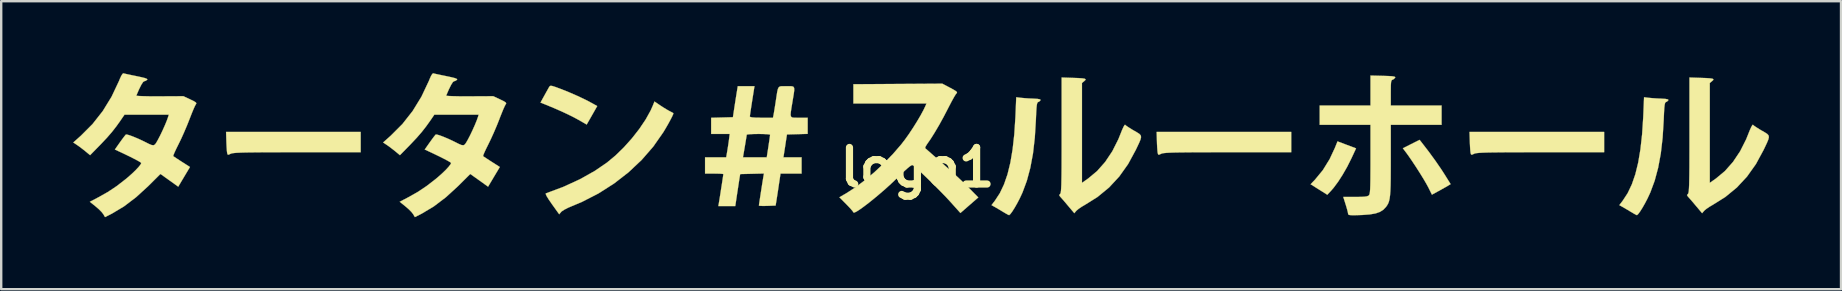
<source format=kicad_pcb>
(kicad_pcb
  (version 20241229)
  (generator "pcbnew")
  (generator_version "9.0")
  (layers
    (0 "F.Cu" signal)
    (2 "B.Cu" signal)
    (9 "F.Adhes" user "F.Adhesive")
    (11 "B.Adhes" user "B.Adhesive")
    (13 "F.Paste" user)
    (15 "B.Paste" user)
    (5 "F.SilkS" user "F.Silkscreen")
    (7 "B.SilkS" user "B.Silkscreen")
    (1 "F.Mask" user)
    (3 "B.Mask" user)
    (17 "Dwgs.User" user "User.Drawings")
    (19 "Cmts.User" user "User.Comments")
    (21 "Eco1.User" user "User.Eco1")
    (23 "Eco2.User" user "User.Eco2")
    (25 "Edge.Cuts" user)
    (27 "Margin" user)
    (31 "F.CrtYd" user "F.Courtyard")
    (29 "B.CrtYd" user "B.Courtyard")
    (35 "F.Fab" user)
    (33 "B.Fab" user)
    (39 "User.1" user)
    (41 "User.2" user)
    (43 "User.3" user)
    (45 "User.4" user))
  (footprint "logo1"
    (layer "F.Cu")
    (at 35.179 3.929)
    (property "Reference" "logo1" (at 0 0 0) (layer "F.SilkS") (effects (font (size 1.524 1.524) (thickness 0.3))))
    (attr through_hole)
    (fp_poly (pts (xy 17.894 -0.942) (xy 18.28 -0.796) (xy 18.073 -0.352) (xy 17.908 -0.025) (xy 17.723 0.297) (xy 17.533 0.593) (xy 17.349 0.841) (xy 17.247 0.96) (xy 17.081 1.137) (xy 16.734 0.918) (xy 16.386 0.699) (xy 16.569 0.508) (xy 16.894 0.113) (xy 17.179 -0.348) (xy 17.394 -0.808) (xy 17.507 -1.088) (xy 17.894 -0.942)) (stroke (width 0.01) (type solid)) (fill yes) (layer "F.SilkS"))
    (fp_poly (pts (xy 21.006 -1.052) (xy 21.309 -0.659) (xy 21.589 -0.275) (xy 21.833 0.08) (xy 21.952 0.264) (xy 22.221 0.694) (xy 22.106 0.763) (xy 22.012 0.818) (xy 21.872 0.896) (xy 21.719 0.982) (xy 21.717 0.982) (xy 21.442 1.133) (xy 21.294 0.835) (xy 21.206 0.673) (xy 21.082 0.462) (xy 20.933 0.221) (xy 20.771 -0.032) (xy 20.61 -0.275) (xy 20.461 -0.491) (xy 20.365 -0.623) (xy 20.23 -0.801) (xy 20.579 -0.976) (xy 20.927 -1.151) (xy 21.006 -1.052)) (stroke (width 0.01) (type solid)) (fill yes) (layer "F.SilkS"))
    (fp_poly (pts (xy -26.003 -1.482) (xy -23.199 -1.482) (xy -23.199 -0.635) (xy -25.847 -0.635) (xy -26.395 -0.635) (xy -26.866 -0.634) (xy -27.264 -0.633) (xy -27.596 -0.63) (xy -27.869 -0.627) (xy -28.088 -0.623) (xy -28.26 -0.617) (xy -28.391 -0.61) (xy -28.487 -0.601) (xy -28.554 -0.591) (xy -28.599 -0.579) (xy -28.618 -0.571) (xy -28.704 -0.532) (xy -28.743 -0.54) (xy -28.763 -0.601) (xy -28.763 -0.603) (xy -28.774 -0.687) (xy -28.784 -0.83) (xy -28.793 -1.008) (xy -28.796 -1.09) (xy -28.808 -1.482) (xy -26.003 -1.482)) (stroke (width 0.01) (type solid)) (fill yes) (layer "F.SilkS"))
    (fp_poly (pts (xy -15.215 -3.396) (xy -15.107 -3.363) (xy -14.94 -3.302) (xy -14.889 -3.283) (xy -14.529 -3.14) (xy -14.162 -2.98) (xy -13.819 -2.817) (xy -13.561 -2.681) (xy -13.342 -2.559) (xy -13.561 -2.174) (xy -13.781 -1.789) (xy -14.138 -1.994) (xy -14.405 -2.136) (xy -14.737 -2.295) (xy -15.118 -2.464) (xy -15.532 -2.636) (xy -15.547 -2.641) (xy -15.705 -2.705) (xy -15.547 -2.993) (xy -15.464 -3.142) (xy -15.393 -3.27) (xy -15.346 -3.352) (xy -15.342 -3.358) (xy -15.317 -3.391) (xy -15.28 -3.405) (xy -15.215 -3.396)) (stroke (width 0.01) (type solid)) (fill yes) (layer "F.SilkS"))
    (fp_poly (pts (xy 12.774 -1.482) (xy 15.579 -1.482) (xy 15.579 -0.635) (xy 12.931 -0.635) (xy 12.382 -0.635) (xy 11.911 -0.634) (xy 11.513 -0.633) (xy 11.181 -0.63) (xy 10.908 -0.627) (xy 10.689 -0.623) (xy 10.517 -0.617) (xy 10.387 -0.61) (xy 10.291 -0.601) (xy 10.223 -0.591) (xy 10.178 -0.579) (xy 10.159 -0.571) (xy 10.073 -0.532) (xy 10.034 -0.54) (xy 10.015 -0.601) (xy 10.014 -0.603) (xy 10.004 -0.687) (xy 9.993 -0.83) (xy 9.984 -1.008) (xy 9.982 -1.09) (xy 9.97 -1.482) (xy 12.774 -1.482)) (stroke (width 0.01) (type solid)) (fill yes) (layer "F.SilkS"))
    (fp_poly (pts (xy 25.813 -1.482) (xy 28.617 -1.482) (xy 28.617 -0.635) (xy 25.969 -0.635) (xy 25.421 -0.635) (xy 24.95 -0.634) (xy 24.552 -0.633) (xy 24.22 -0.63) (xy 23.947 -0.627) (xy 23.728 -0.623) (xy 23.556 -0.617) (xy 23.425 -0.61) (xy 23.329 -0.601) (xy 23.262 -0.591) (xy 23.217 -0.579) (xy 23.198 -0.571) (xy 23.112 -0.532) (xy 23.073 -0.54) (xy 23.053 -0.601) (xy 23.053 -0.603) (xy 23.042 -0.687) (xy 23.032 -0.83) (xy 23.023 -1.008) (xy 23.02 -1.09) (xy 23.008 -1.482) (xy 25.813 -1.482)) (stroke (width 0.01) (type solid)) (fill yes) (layer "F.SilkS"))
    (fp_poly (pts (xy -10.717 -2.587) (xy -10.568 -2.49) (xy -10.422 -2.402) (xy -10.329 -2.35) (xy -10.232 -2.3) (xy -10.173 -2.267) (xy -10.168 -2.264) (xy -10.177 -2.22) (xy -10.223 -2.118) (xy -10.298 -1.973) (xy -10.393 -1.799) (xy -10.503 -1.61) (xy -10.593 -1.461) (xy -11.006 -0.871) (xy -11.49 -0.315) (xy -12.037 0.2) (xy -12.639 0.667) (xy -13.287 1.08) (xy -13.971 1.431) (xy -14.393 1.609) (xy -14.565 1.682) (xy -14.715 1.76) (xy -14.818 1.827) (xy -14.84 1.848) (xy -14.927 1.949) (xy -15.232 1.524) (xy -15.365 1.331) (xy -15.452 1.189) (xy -15.489 1.104) (xy -15.484 1.08) (xy -14.745 0.804) (xy -14.062 0.49) (xy -13.442 0.142) (xy -12.933 -0.206) (xy -12.578 -0.501) (xy -12.228 -0.843) (xy -11.893 -1.217) (xy -11.588 -1.607) (xy -11.325 -1.997) (xy -11.117 -2.371) (xy -11.027 -2.573) (xy -10.956 -2.749) (xy -10.717 -2.587)) (stroke (width 0.01) (type solid)) (fill yes) (layer "F.SilkS"))
    (fp_poly (pts (xy 4.314 -2.903) (xy 4.457 -2.89) (xy 4.644 -2.877) (xy 4.831 -2.869) (xy 5.006 -2.858) (xy 5.105 -2.84) (xy 5.136 -2.814) (xy 5.134 -2.806) (xy 5.081 -2.75) (xy 5.04 -2.731) (xy 5.013 -2.714) (xy 4.992 -2.675) (xy 4.976 -2.601) (xy 4.963 -2.482) (xy 4.952 -2.304) (xy 4.941 -2.057) (xy 4.938 -1.978) (xy 4.893 -1.245) (xy 4.817 -0.583) (xy 4.706 0.013) (xy 4.561 0.553) (xy 4.38 1.041) (xy 4.264 1.291) (xy 4.157 1.496) (xy 4.051 1.681) (xy 3.954 1.834) (xy 3.876 1.939) (xy 3.825 1.985) (xy 3.819 1.986) (xy 3.769 1.964) (xy 3.671 1.909) (xy 3.569 1.849) (xy 3.425 1.762) (xy 3.288 1.681) (xy 3.219 1.642) (xy 3.089 1.569) (xy 3.236 1.376) (xy 3.437 1.068) (xy 3.61 0.704) (xy 3.756 0.282) (xy 3.875 -0.204) (xy 3.968 -0.757) (xy 4.038 -1.383) (xy 4.084 -2.085) (xy 4.09 -2.215) (xy 4.119 -2.927) (xy 4.314 -2.903)) (stroke (width 0.01) (type solid)) (fill yes) (layer "F.SilkS"))
    (fp_poly (pts (xy 30.476 -2.903) (xy 30.619 -2.89) (xy 30.806 -2.877) (xy 30.993 -2.869) (xy 31.168 -2.858) (xy 31.267 -2.84) (xy 31.298 -2.814) (xy 31.296 -2.806) (xy 31.243 -2.75) (xy 31.202 -2.731) (xy 31.175 -2.714) (xy 31.154 -2.675) (xy 31.138 -2.601) (xy 31.125 -2.482) (xy 31.114 -2.304) (xy 31.103 -2.057) (xy 31.1 -1.978) (xy 31.055 -1.245) (xy 30.979 -0.583) (xy 30.868 0.013) (xy 30.723 0.553) (xy 30.542 1.041) (xy 30.426 1.291) (xy 30.319 1.496) (xy 30.213 1.681) (xy 30.116 1.834) (xy 30.038 1.939) (xy 29.987 1.985) (xy 29.981 1.986) (xy 29.931 1.964) (xy 29.833 1.909) (xy 29.731 1.849) (xy 29.587 1.762) (xy 29.45 1.681) (xy 29.381 1.642) (xy 29.251 1.569) (xy 29.398 1.376) (xy 29.599 1.068) (xy 29.772 0.704) (xy 29.918 0.282) (xy 30.037 -0.204) (xy 30.13 -0.757) (xy 30.2 -1.383) (xy 30.246 -2.085) (xy 30.252 -2.215) (xy 30.281 -2.927) (xy 30.476 -2.903)) (stroke (width 0.01) (type solid)) (fill yes) (layer "F.SilkS"))
    (fp_poly (pts (xy 6.466 -3.734) (xy 6.706 -3.726) (xy 6.87 -3.715) (xy 6.968 -3.7) (xy 7.009 -3.677) (xy 7.002 -3.646) (xy 6.956 -3.602) (xy 6.953 -3.599) (xy 6.858 -3.521) (xy 6.858 0.64) (xy 7.117 0.459) (xy 7.488 0.15) (xy 7.825 -0.231) (xy 8.122 -0.675) (xy 8.373 -1.173) (xy 8.461 -1.391) (xy 8.529 -1.561) (xy 8.589 -1.692) (xy 8.634 -1.769) (xy 8.655 -1.781) (xy 8.703 -1.739) (xy 8.807 -1.669) (xy 8.947 -1.581) (xy 9.021 -1.538) (xy 9.158 -1.459) (xy 9.252 -1.398) (xy 9.306 -1.339) (xy 9.321 -1.267) (xy 9.299 -1.168) (xy 9.24 -1.026) (xy 9.146 -0.827) (xy 9.098 -0.727) (xy 8.78 -0.141) (xy 8.41 0.379) (xy 7.986 0.835) (xy 7.505 1.23) (xy 6.992 1.551) (xy 6.841 1.64) (xy 6.71 1.73) (xy 6.627 1.801) (xy 6.624 1.805) (xy 6.538 1.905) (xy 6.267 1.583) (xy 6.146 1.439) (xy 6.04 1.317) (xy 5.965 1.232) (xy 5.942 1.206) (xy 5.909 1.151) (xy 5.949 1.1) (xy 5.963 1.079) (xy 5.974 1.037) (xy 5.984 0.968) (xy 5.991 0.865) (xy 5.998 0.721) (xy 6.002 0.531) (xy 6.006 0.289) (xy 6.009 -0.013) (xy 6.01 -0.381) (xy 6.011 -0.82) (xy 6.011 -1.338) (xy 6.011 -1.35) (xy 6.011 -3.749) (xy 6.466 -3.734)) (stroke (width 0.01) (type solid)) (fill yes) (layer "F.SilkS"))
    (fp_poly (pts (xy 32.628 -3.734) (xy 32.868 -3.726) (xy 33.032 -3.715) (xy 33.13 -3.7) (xy 33.171 -3.677) (xy 33.164 -3.646) (xy 33.118 -3.602) (xy 33.115 -3.599) (xy 33.02 -3.521) (xy 33.02 0.64) (xy 33.279 0.459) (xy 33.65 0.15) (xy 33.987 -0.231) (xy 34.284 -0.675) (xy 34.535 -1.173) (xy 34.623 -1.391) (xy 34.691 -1.561) (xy 34.751 -1.692) (xy 34.796 -1.769) (xy 34.817 -1.781) (xy 34.865 -1.739) (xy 34.969 -1.669) (xy 35.109 -1.581) (xy 35.183 -1.538) (xy 35.32 -1.459) (xy 35.414 -1.398) (xy 35.468 -1.339) (xy 35.483 -1.267) (xy 35.461 -1.168) (xy 35.402 -1.026) (xy 35.308 -0.827) (xy 35.26 -0.727) (xy 34.942 -0.141) (xy 34.572 0.379) (xy 34.148 0.835) (xy 33.667 1.23) (xy 33.154 1.551) (xy 33.003 1.64) (xy 32.872 1.73) (xy 32.789 1.801) (xy 32.786 1.805) (xy 32.7 1.905) (xy 32.429 1.583) (xy 32.308 1.439) (xy 32.202 1.317) (xy 32.127 1.232) (xy 32.104 1.206) (xy 32.071 1.151) (xy 32.111 1.1) (xy 32.125 1.079) (xy 32.136 1.037) (xy 32.146 0.968) (xy 32.153 0.865) (xy 32.16 0.721) (xy 32.164 0.531) (xy 32.168 0.289) (xy 32.171 -0.013) (xy 32.172 -0.381) (xy 32.173 -0.82) (xy 32.173 -1.338) (xy 32.173 -1.35) (xy 32.173 -3.749) (xy 32.628 -3.734)) (stroke (width 0.01) (type solid)) (fill yes) (layer "F.SilkS"))
    (fp_poly (pts (xy 19.408 -3.818) (xy 19.631 -3.811) (xy 19.781 -3.802) (xy 19.87 -3.788) (xy 19.909 -3.769) (xy 19.912 -3.746) (xy 19.855 -3.684) (xy 19.808 -3.661) (xy 19.774 -3.643) (xy 19.751 -3.606) (xy 19.737 -3.536) (xy 19.73 -3.418) (xy 19.728 -3.237) (xy 19.727 -3.109) (xy 19.727 -2.582) (xy 21.844 -2.582) (xy 21.844 -1.778) (xy 19.727 -1.778) (xy 19.727 -0.307) (xy 19.726 0.12) (xy 19.724 0.472) (xy 19.719 0.757) (xy 19.71 0.985) (xy 19.696 1.163) (xy 19.677 1.302) (xy 19.652 1.411) (xy 19.62 1.497) (xy 19.579 1.571) (xy 19.534 1.636) (xy 19.418 1.76) (xy 19.275 1.851) (xy 19.092 1.915) (xy 18.853 1.956) (xy 18.547 1.979) (xy 18.493 1.981) (xy 18.268 1.988) (xy 18.114 1.989) (xy 18.019 1.983) (xy 17.969 1.969) (xy 17.951 1.946) (xy 17.949 1.933) (xy 17.937 1.863) (xy 17.904 1.736) (xy 17.858 1.579) (xy 17.848 1.547) (xy 17.747 1.228) (xy 18.247 1.228) (xy 18.474 1.225) (xy 18.631 1.217) (xy 18.733 1.202) (xy 18.795 1.177) (xy 18.814 1.161) (xy 18.832 1.134) (xy 18.847 1.087) (xy 18.858 1.013) (xy 18.867 0.901) (xy 18.873 0.745) (xy 18.877 0.535) (xy 18.879 0.262) (xy 18.881 -0.081) (xy 18.881 -0.342) (xy 18.881 -1.778) (xy 16.764 -1.778) (xy 16.764 -2.582) (xy 18.881 -2.582) (xy 18.881 -3.207) (xy 18.881 -3.831) (xy 19.408 -3.818)) (stroke (width 0.01) (type solid)) (fill yes) (layer "F.SilkS"))
    (fp_poly (pts (xy 1.367 -3.319) (xy 1.523 -3.234) (xy 1.614 -3.176) (xy 1.651 -3.136) (xy 1.644 -3.104) (xy 1.63 -3.09) (xy 1.588 -3.034) (xy 1.518 -2.917) (xy 1.427 -2.753) (xy 1.325 -2.557) (xy 1.274 -2.458) (xy 1.097 -2.117) (xy 0.911 -1.779) (xy 0.725 -1.463) (xy 0.552 -1.188) (xy 0.405 -0.976) (xy 0.345 -0.881) (xy 0.323 -0.815) (xy 0.328 -0.802) (xy 0.693 -0.481) (xy 1.001 -0.209) (xy 1.26 0.021) (xy 1.477 0.217) (xy 1.661 0.384) (xy 1.817 0.53) (xy 1.955 0.662) (xy 2.081 0.787) (xy 2.126 0.832) (xy 2.538 1.249) (xy 2.165 1.573) (xy 1.793 1.897) (xy 1.373 1.429) (xy 1.228 1.272) (xy 1.052 1.089) (xy 0.856 0.89) (xy 0.65 0.684) (xy 0.445 0.483) (xy 0.25 0.296) (xy 0.077 0.134) (xy -0.064 0.007) (xy -0.163 -0.076) (xy -0.196 -0.099) (xy -0.234 -0.096) (xy -0.302 -0.056) (xy -0.405 0.026) (xy -0.551 0.157) (xy -0.744 0.34) (xy -0.881 0.474) (xy -1.1 0.682) (xy -1.331 0.892) (xy -1.568 1.097) (xy -1.801 1.292) (xy -2.022 1.47) (xy -2.224 1.624) (xy -2.397 1.748) (xy -2.534 1.836) (xy -2.627 1.88) (xy -2.666 1.875) (xy -2.667 1.869) (xy -2.695 1.824) (xy -2.771 1.734) (xy -2.881 1.615) (xy -2.959 1.535) (xy -3.25 1.24) (xy -2.981 1.086) (xy -2.606 0.845) (xy -2.206 0.546) (xy -1.797 0.202) (xy -1.396 -0.173) (xy -1.019 -0.562) (xy -0.681 -0.952) (xy -0.525 -1.153) (xy -0.359 -1.385) (xy -0.185 -1.647) (xy -0.016 -1.917) (xy 0.136 -2.175) (xy 0.259 -2.403) (xy 0.329 -2.551) (xy 0.379 -2.667) (xy -2.667 -2.667) (xy -2.667 -3.469) (xy -0.815 -3.481) (xy 1.037 -3.493) (xy 1.367 -3.319)) (stroke (width 0.01) (type solid)) (fill yes) (layer "F.SilkS"))
    (fp_poly (pts (xy -33.03 -3.909) (xy -32.907 -3.882) (xy -32.738 -3.846) (xy -32.546 -3.807) (xy -32.332 -3.761) (xy -32.191 -3.726) (xy -32.114 -3.696) (xy -32.089 -3.669) (xy -32.096 -3.653) (xy -32.176 -3.604) (xy -32.211 -3.598) (xy -32.266 -3.561) (xy -32.341 -3.446) (xy -32.437 -3.253) (xy -32.548 -2.995) (xy -32.512 -2.985) (xy -32.403 -2.977) (xy -32.232 -2.971) (xy -32.011 -2.966) (xy -31.751 -2.965) (xy -31.574 -2.965) (xy -30.586 -2.97) (xy -30.298 -2.835) (xy -30.153 -2.764) (xy -30.073 -2.715) (xy -30.046 -2.677) (xy -30.061 -2.64) (xy -30.068 -2.63) (xy -30.104 -2.567) (xy -30.161 -2.44) (xy -30.233 -2.267) (xy -30.312 -2.066) (xy -30.333 -2.011) (xy -30.437 -1.75) (xy -30.56 -1.461) (xy -30.686 -1.182) (xy -30.786 -0.978) (xy -30.877 -0.795) (xy -30.949 -0.641) (xy -30.996 -0.529) (xy -31.011 -0.476) (xy -31.01 -0.474) (xy -30.967 -0.443) (xy -30.87 -0.378) (xy -30.735 -0.29) (xy -30.651 -0.236) (xy -30.313 -0.02) (xy -30.802 0.8) (xy -31.172 0.535) (xy -31.543 0.27) (xy -32.059 0.783) (xy -32.562 1.242) (xy -33.067 1.625) (xy -33.571 1.926) (xy -33.613 1.947) (xy -33.852 2.068) (xy -33.926 1.943) (xy -33.997 1.853) (xy -34.111 1.738) (xy -34.243 1.624) (xy -34.485 1.43) (xy -34.135 1.246) (xy -33.738 1.023) (xy -33.371 0.779) (xy -33.001 0.493) (xy -32.908 0.416) (xy -32.728 0.257) (xy -32.57 0.105) (xy -32.446 -0.029) (xy -32.366 -0.132) (xy -32.343 -0.187) (xy -32.379 -0.218) (xy -32.48 -0.278) (xy -32.633 -0.359) (xy -32.826 -0.457) (xy -33.045 -0.563) (xy -33.157 -0.616) (xy -33.442 -0.748) (xy -33.229 -1.05) (xy -33.129 -1.189) (xy -33.045 -1.299) (xy -32.991 -1.364) (xy -32.981 -1.374) (xy -32.925 -1.369) (xy -32.81 -1.335) (xy -32.654 -1.276) (xy -32.475 -1.201) (xy -32.289 -1.115) (xy -32.203 -1.073) (xy -32.026 -0.984) (xy -31.907 -0.934) (xy -31.827 -0.926) (xy -31.767 -0.962) (xy -31.709 -1.046) (xy -31.648 -1.155) (xy -31.554 -1.335) (xy -31.452 -1.548) (xy -31.354 -1.767) (xy -31.273 -1.965) (xy -31.223 -2.106) (xy -31.194 -2.201) (xy -32.118 -2.201) (xy -33.041 -2.2) (xy -33.208 -1.957) (xy -33.386 -1.707) (xy -33.568 -1.475) (xy -33.772 -1.24) (xy -34.017 -0.98) (xy -34.093 -0.902) (xy -34.474 -0.513) (xy -34.668 -0.673) (xy -34.807 -0.783) (xy -34.95 -0.89) (xy -35.018 -0.937) (xy -35.174 -1.042) (xy -34.857 -1.325) (xy -34.371 -1.812) (xy -33.947 -2.351) (xy -33.581 -2.947) (xy -33.27 -3.604) (xy -33.233 -3.696) (xy -33.175 -3.821) (xy -33.122 -3.903) (xy -33.088 -3.924) (xy -33.03 -3.909)) (stroke (width 0.01) (type solid)) (fill yes) (layer "F.SilkS"))
    (fp_poly (pts (xy -20.119 -3.909) (xy -19.996 -3.882) (xy -19.826 -3.846) (xy -19.634 -3.807) (xy -19.42 -3.761) (xy -19.28 -3.726) (xy -19.202 -3.696) (xy -19.178 -3.669) (xy -19.185 -3.653) (xy -19.264 -3.604) (xy -19.3 -3.598) (xy -19.355 -3.561) (xy -19.429 -3.446) (xy -19.525 -3.253) (xy -19.636 -2.995) (xy -19.6 -2.985) (xy -19.491 -2.977) (xy -19.32 -2.971) (xy -19.099 -2.966) (xy -18.839 -2.965) (xy -18.663 -2.965) (xy -17.674 -2.97) (xy -17.386 -2.835) (xy -17.241 -2.764) (xy -17.161 -2.715) (xy -17.135 -2.677) (xy -17.149 -2.64) (xy -17.157 -2.63) (xy -17.192 -2.567) (xy -17.25 -2.44) (xy -17.321 -2.267) (xy -17.401 -2.066) (xy -17.421 -2.011) (xy -17.525 -1.75) (xy -17.648 -1.461) (xy -17.775 -1.182) (xy -17.874 -0.978) (xy -17.965 -0.795) (xy -18.037 -0.641) (xy -18.084 -0.529) (xy -18.099 -0.476) (xy -18.099 -0.474) (xy -18.056 -0.443) (xy -17.958 -0.378) (xy -17.823 -0.29) (xy -17.739 -0.236) (xy -17.401 -0.02) (xy -17.646 0.39) (xy -17.89 0.8) (xy -18.261 0.535) (xy -18.632 0.27) (xy -19.148 0.783) (xy -19.65 1.242) (xy -20.155 1.625) (xy -20.659 1.926) (xy -20.701 1.947) (xy -20.94 2.068) (xy -21.014 1.943) (xy -21.085 1.853) (xy -21.199 1.738) (xy -21.331 1.624) (xy -21.573 1.43) (xy -21.223 1.246) (xy -20.827 1.023) (xy -20.46 0.779) (xy -20.089 0.493) (xy -19.996 0.416) (xy -19.816 0.257) (xy -19.658 0.105) (xy -19.534 -0.029) (xy -19.455 -0.132) (xy -19.431 -0.187) (xy -19.467 -0.218) (xy -19.568 -0.278) (xy -19.721 -0.359) (xy -19.914 -0.457) (xy -20.134 -0.563) (xy -20.245 -0.616) (xy -20.53 -0.748) (xy -20.317 -1.05) (xy -20.217 -1.189) (xy -20.134 -1.299) (xy -20.08 -1.364) (xy -20.069 -1.374) (xy -20.013 -1.369) (xy -19.898 -1.335) (xy -19.742 -1.276) (xy -19.563 -1.201) (xy -19.377 -1.115) (xy -19.291 -1.073) (xy -19.114 -0.984) (xy -18.995 -0.934) (xy -18.915 -0.926) (xy -18.856 -0.962) (xy -18.798 -1.046) (xy -18.736 -1.155) (xy -18.642 -1.335) (xy -18.54 -1.548) (xy -18.442 -1.767) (xy -18.361 -1.965) (xy -18.311 -2.106) (xy -18.282 -2.201) (xy -19.206 -2.201) (xy -20.13 -2.2) (xy -20.296 -1.957) (xy -20.475 -1.707) (xy -20.657 -1.475) (xy -20.861 -1.24) (xy -21.106 -0.98) (xy -21.181 -0.902) (xy -21.563 -0.513) (xy -21.756 -0.673) (xy -21.896 -0.783) (xy -22.038 -0.89) (xy -22.106 -0.937) (xy -22.263 -1.042) (xy -21.946 -1.325) (xy -21.459 -1.812) (xy -21.035 -2.351) (xy -20.669 -2.947) (xy -20.358 -3.604) (xy -20.321 -3.696) (xy -20.264 -3.821) (xy -20.211 -3.903) (xy -20.177 -3.924) (xy -20.119 -3.909)) (stroke (width 0.01) (type solid)) (fill yes) (layer "F.SilkS"))
    (fp_poly (pts (xy -5.544 -3.388) (xy -5.458 -3.387) (xy -5.322 -3.388) (xy -5.226 -3.384) (xy -5.165 -3.363) (xy -5.136 -3.312) (xy -5.132 -3.219) (xy -5.151 -3.073) (xy -5.186 -2.86) (xy -5.207 -2.731) (xy -5.249 -2.482) (xy -5.275 -2.305) (xy -5.283 -2.187) (xy -5.265 -2.118) (xy -5.217 -2.084) (xy -5.134 -2.073) (xy -5.01 -2.074) (xy -4.932 -2.074) (xy -4.572 -2.074) (xy -4.572 -1.4) (xy -5.004 -1.388) (xy -5.436 -1.376) (xy -5.488 -1.037) (xy -5.515 -0.857) (xy -5.541 -0.691) (xy -5.559 -0.573) (xy -5.561 -0.561) (xy -5.583 -0.423) (xy -4.826 -0.423) (xy -4.826 0.254) (xy -5.704 0.254) (xy -5.778 0.751) (xy -5.81 0.966) (xy -5.841 1.166) (xy -5.866 1.329) (xy -5.88 1.418) (xy -5.908 1.587) (xy -6.256 1.6) (xy -6.415 1.603) (xy -6.537 1.6) (xy -6.599 1.592) (xy -6.604 1.589) (xy -6.598 1.54) (xy -6.581 1.426) (xy -6.557 1.266) (xy -6.528 1.077) (xy -6.497 0.877) (xy -6.467 0.686) (xy -6.44 0.522) (xy -6.421 0.402) (xy -6.415 0.369) (xy -6.394 0.251) (xy -7.385 0.275) (xy -7.413 0.445) (xy -7.43 0.555) (xy -7.456 0.724) (xy -7.487 0.929) (xy -7.515 1.111) (xy -7.589 1.609) (xy -8.295 1.609) (xy -8.274 1.492) (xy -8.259 1.399) (xy -8.235 1.253) (xy -8.206 1.071) (xy -8.176 0.874) (xy -8.145 0.679) (xy -8.119 0.504) (xy -8.098 0.367) (xy -8.087 0.288) (xy -8.086 0.276) (xy -8.125 0.266) (xy -8.23 0.259) (xy -8.382 0.255) (xy -8.467 0.254) (xy -8.848 0.254) (xy -8.848 -0.423) (xy -7.967 -0.423) (xy -7.269 -0.423) (xy -6.277 -0.423) (xy -6.207 -0.878) (xy -6.179 -1.066) (xy -6.156 -1.223) (xy -6.142 -1.329) (xy -6.138 -1.365) (xy -6.178 -1.378) (xy -6.285 -1.388) (xy -6.444 -1.395) (xy -6.625 -1.397) (xy -6.817 -1.394) (xy -6.973 -1.387) (xy -7.077 -1.377) (xy -7.112 -1.365) (xy -7.119 -1.313) (xy -7.138 -1.196) (xy -7.165 -1.032) (xy -7.191 -0.878) (xy -7.269 -0.423) (xy -7.967 -0.423) (xy -7.922 -0.688) (xy -7.892 -0.876) (xy -7.863 -1.071) (xy -7.849 -1.175) (xy -7.821 -1.397) (xy -8.594 -1.397) (xy -8.594 -2.071) (xy -8.14 -2.083) (xy -7.687 -2.095) (xy -7.633 -2.455) (xy -7.6 -2.669) (xy -7.565 -2.895) (xy -7.534 -3.087) (xy -7.532 -3.101) (xy -7.485 -3.387) (xy -6.789 -3.387) (xy -6.885 -2.783) (xy -6.919 -2.564) (xy -6.948 -2.373) (xy -6.97 -2.226) (xy -6.981 -2.14) (xy -6.983 -2.127) (xy -6.96 -2.103) (xy -6.883 -2.087) (xy -6.742 -2.077) (xy -6.527 -2.074) (xy -6.502 -2.074) (xy -6.018 -2.074) (xy -5.994 -2.191) (xy -5.978 -2.282) (xy -5.953 -2.433) (xy -5.924 -2.617) (xy -5.906 -2.731) (xy -5.869 -2.978) (xy -5.841 -3.155) (xy -5.813 -3.272) (xy -5.778 -3.342) (xy -5.726 -3.377) (xy -5.651 -3.388) (xy -5.544 -3.388)) (stroke (width 0.01) (type solid)) (fill yes) (layer "F.SilkS")))
  (gr_rect
    (start -3 -3)
    (end 73.668 9.002)
    (stroke (width 0.1) (type default))
    (fill no)
    (layer "Edge.Cuts")))
</source>
